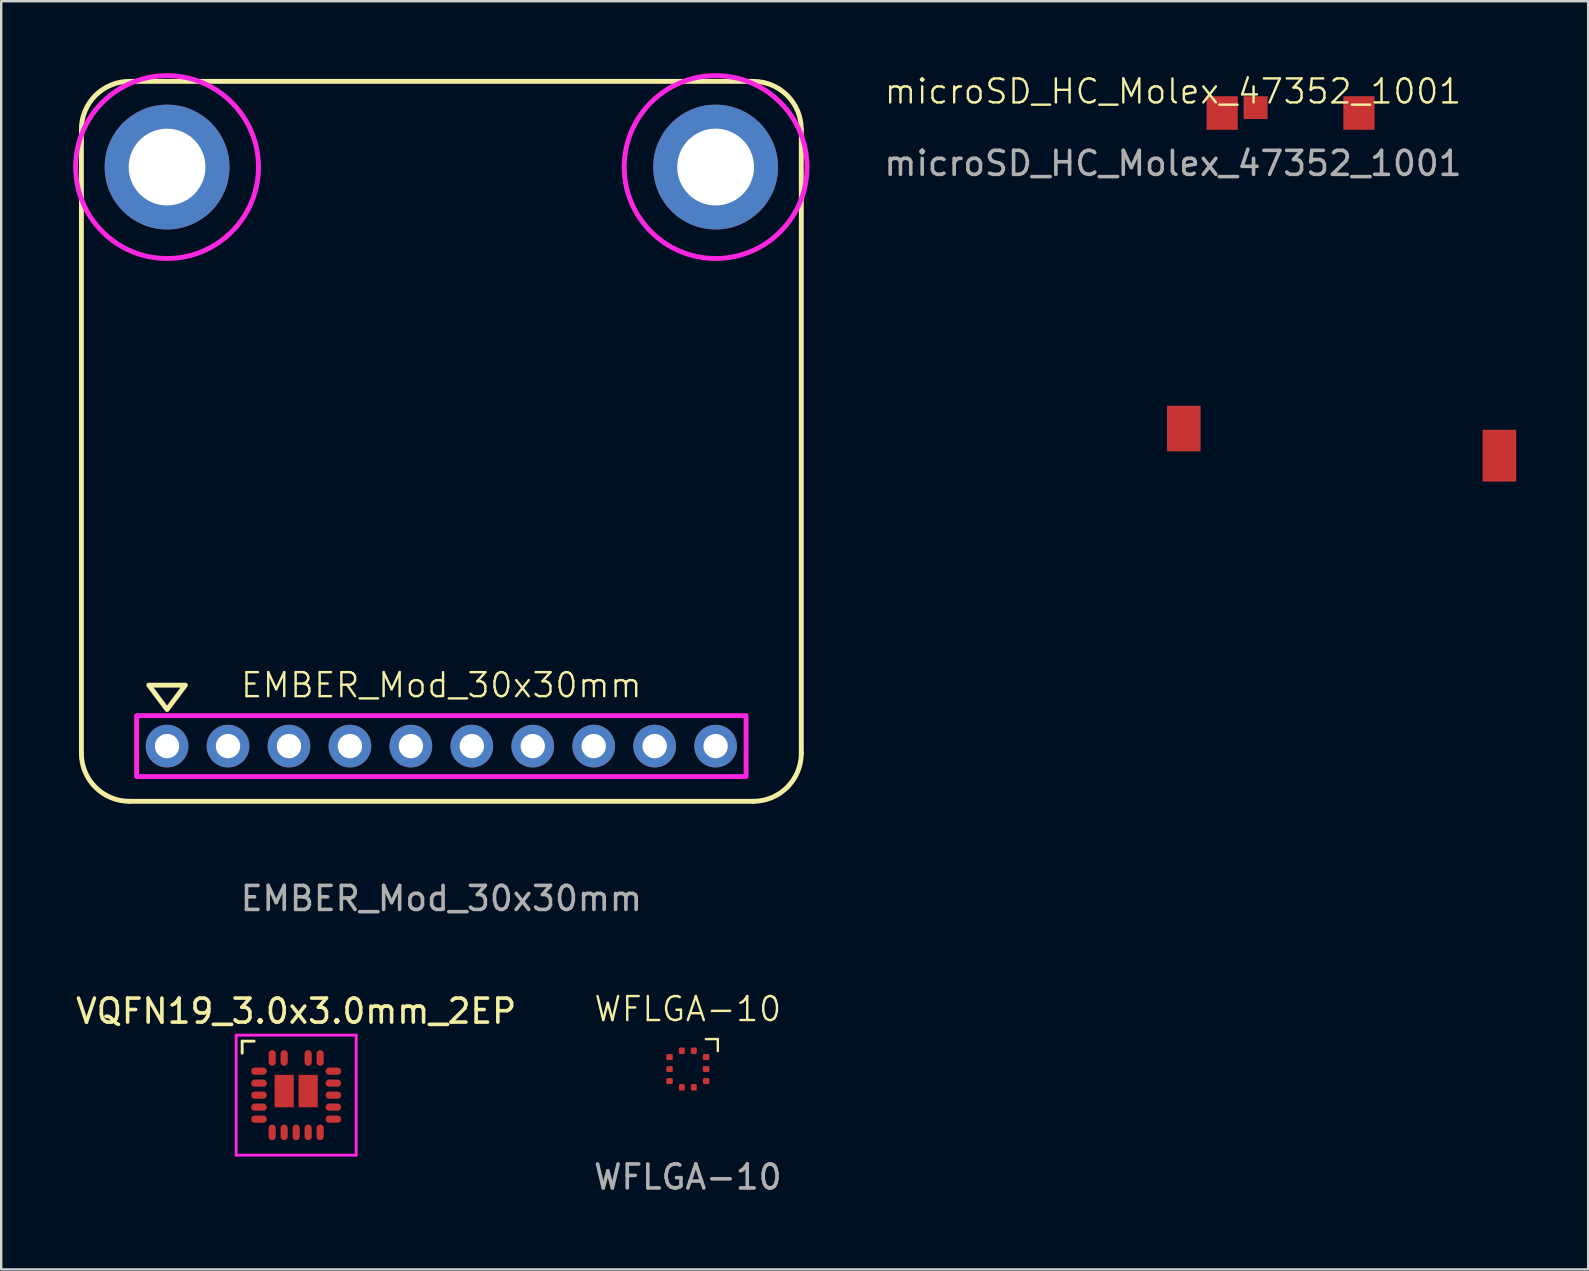
<source format=kicad_pcb>
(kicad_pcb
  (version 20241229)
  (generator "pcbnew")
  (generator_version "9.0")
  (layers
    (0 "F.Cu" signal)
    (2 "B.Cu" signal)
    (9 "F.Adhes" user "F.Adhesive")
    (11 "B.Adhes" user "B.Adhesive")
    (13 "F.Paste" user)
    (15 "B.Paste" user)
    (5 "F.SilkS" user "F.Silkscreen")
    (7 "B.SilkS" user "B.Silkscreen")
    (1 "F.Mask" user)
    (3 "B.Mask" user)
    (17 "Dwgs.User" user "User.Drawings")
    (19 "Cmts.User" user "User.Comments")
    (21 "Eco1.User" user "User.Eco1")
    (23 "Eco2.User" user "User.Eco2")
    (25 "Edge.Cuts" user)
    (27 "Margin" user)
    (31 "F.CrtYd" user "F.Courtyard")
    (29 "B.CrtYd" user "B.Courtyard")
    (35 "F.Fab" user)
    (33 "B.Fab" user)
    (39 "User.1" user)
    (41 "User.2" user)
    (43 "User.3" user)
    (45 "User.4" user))
  (footprint "microSD_HC_Molex_47352_1001"
    (layer "F.Cu")
    (at 45.832 1.26)
    (property "Reference" "microSD_HC_Molex_47352_1001" (at 0 -0.5 0) (unlocked yes) (layer "F.SilkS") (effects (font (size 1 1) (thickness 0.1))))
    (attr smd)
    (fp_poly (pts (xy 0 0) (xy 14 0) (xy 14 14.2) (xy 14 15.2) (xy 11.5 15.2) (xy 11.5 14.2) (xy 0 14.2)) (stroke (width 0.1) (type solid)) (fill no) (layer "Eco1.User"))
    (fp_text user "${REFERENCE}" (at 0 2.5 0) (unlocked yes) (layer "F.Fab") (effects (font (size 1 1) (thickness 0.15))))
    (pad "9" smd rect (at 3.44 0.175) (size 1 0.95) (layers "F.Cu" "F.Mask" "F.Paste"))
    (pad "10" smd rect (at 0.45 13.55) (size 1.4 1.9) (layers "F.Cu" "F.Mask" "F.Paste"))
    (pad "10" smd rect (at 2.05 0.4) (size 1.3 1.4) (layers "F.Cu" "F.Mask" "F.Paste"))
    (pad "10" smd rect (at 7.75 0.4) (size 1.3 1.4) (layers "F.Cu" "F.Mask" "F.Paste"))
    (pad "10" smd rect (at 13.6 14.68) (size 1.4 2.16) (layers "F.Cu" "F.Mask" "F.Paste")))
  (footprint "VQFN19_3.0x3.0mm_2EP"
    (layer "F.Cu")
    (at 9.292 42.588)
    (property "Reference" "VQFN19_3.0x3.0mm_2EP" (at 0 -3.5 0) (layer "F.SilkS") (effects (font (size 1 1) (thickness 0.15))))
    (attr smd)
    (fp_line (start -2.25 -2.25) (end -2.25 -1.75) (stroke (width 0.12) (type solid)) (layer "F.SilkS"))
    (fp_line (start -1.75 -2.25) (end -2.25 -2.25) (stroke (width 0.12) (type solid)) (layer "F.SilkS"))
    (fp_line (start -2.5 -2.5) (end 2.5 -2.5) (stroke (width 0.12) (type solid)) (layer "F.CrtYd"))
    (fp_line (start -2.5 2.5) (end -2.5 -2.5) (stroke (width 0.12) (type solid)) (layer "F.CrtYd"))
    (fp_line (start 2.5 -2.5) (end 2.5 2.5) (stroke (width 0.12) (type solid)) (layer "F.CrtYd"))
    (fp_line (start 2.5 2.5) (end -2.5 2.5) (stroke (width 0.12) (type solid)) (layer "F.CrtYd"))
    (fp_rect (start -1.5 -1.5) (end 1.5 1.5) (stroke (width 0.1) (type default)) (fill no) (layer "User.1"))
    (pad "1" smd oval (at -1.55 -1 90) (size 0.3 0.65) (layers "F.Cu" "F.Mask" "F.Paste"))
    (pad "2" smd oval (at -1.55 -0.5 90) (size 0.3 0.65) (layers "F.Cu" "F.Mask" "F.Paste"))
    (pad "3" smd oval (at -1.55 0 90) (size 0.3 0.65) (layers "F.Cu" "F.Mask" "F.Paste"))
    (pad "4" smd oval (at -1.55 0.5 90) (size 0.3 0.65) (layers "F.Cu" "F.Mask" "F.Paste"))
    (pad "5" smd oval (at -1.55 1 90) (size 0.3 0.65) (layers "F.Cu" "F.Mask" "F.Paste"))
    (pad "6" smd oval (at -1 1.55 180) (size 0.3 0.65) (layers "F.Cu" "F.Mask" "F.Paste"))
    (pad "7" smd oval (at -0.5 1.55 180) (size 0.3 0.65) (layers "F.Cu" "F.Mask" "F.Paste"))
    (pad "8" smd oval (at 0 1.55 180) (size 0.3 0.65) (layers "F.Cu" "F.Mask" "F.Paste"))
    (pad "9" smd oval (at 0.5 1.55 180) (size 0.3 0.65) (layers "F.Cu" "F.Mask" "F.Paste"))
    (pad "10" smd oval (at 1 1.55 180) (size 0.3 0.65) (layers "F.Cu" "F.Mask" "F.Paste"))
    (pad "11" smd oval (at 1.55 1 270) (size 0.3 0.65) (layers "F.Cu" "F.Mask" "F.Paste"))
    (pad "12" smd oval (at 1.55 0.5 270) (size 0.3 0.65) (layers "F.Cu" "F.Mask" "F.Paste"))
    (pad "13" smd oval (at 1.55 0 270) (size 0.3 0.65) (layers "F.Cu" "F.Mask" "F.Paste"))
    (pad "14" smd oval (at 1.55 -0.5 270) (size 0.3 0.65) (layers "F.Cu" "F.Mask" "F.Paste"))
    (pad "15" smd oval (at 1.55 -1 270) (size 0.3 0.65) (layers "F.Cu" "F.Mask" "F.Paste"))
    (pad "16" smd oval (at 1 -1.55) (size 0.3 0.65) (layers "F.Cu" "F.Mask" "F.Paste"))
    (pad "17" smd oval (at 0.5 -1.55) (size 0.3 0.65) (layers "F.Cu" "F.Mask" "F.Paste"))
    (pad "19" smd oval (at -0.5 -1.55) (size 0.3 0.65) (layers "F.Cu" "F.Mask" "F.Paste"))
    (pad "20" smd oval (at -1 -1.55) (size 0.3 0.65) (layers "F.Cu" "F.Mask" "F.Paste"))
    (pad "21" smd rect (at 0.5 -0.17) (size 0.8 1.35) (layers "F.Cu" "F.Mask" "F.Paste"))
    (pad "22" smd rect (at -0.5 -0.17) (size 0.8 1.35) (layers "F.Cu" "F.Mask" "F.Paste")))
  (footprint "WFLGA-10"
    (layer "F.Cu")
    (at 25.613 41.5)
    (property "Reference" "WFLGA-10" (at 0 -2.5 0) (unlocked yes) (layer "F.SilkS") (effects (font (size 1 1) (thickness 0.1))))
    (attr smd)
    (fp_line (start 0.75 -1.25) (end 1.25 -1.25) (stroke (width 0.1) (type default)) (layer "F.SilkS"))
    (fp_line (start 1.25 -1.25) (end 1.25 -0.75) (stroke (width 0.1) (type default)) (layer "F.SilkS"))
    (fp_rect (start -1.5 -1.5) (end 1.5 1.5) (stroke (width 0.1) (type default)) (fill no) (layer "Margin"))
    (fp_rect (start 1 -1) (end -1 1) (stroke (width 0.1) (type default)) (fill no) (layer "User.1"))
    (fp_text user "${REFERENCE}" (at 0 4.5 0) (unlocked yes) (layer "F.Fab") (effects (font (size 1 1) (thickness 0.15))))
    (pad "1" smd roundrect (at 0.25 -0.762) (size 0.25 0.275) (layers "F.Cu" "F.Mask" "F.Paste") (roundrect_rratio 0.25))
    (pad "2" smd roundrect (at -0.25 -0.762) (size 0.25 0.275) (layers "F.Cu" "F.Mask" "F.Paste") (roundrect_rratio 0.25))
    (pad "3" smd roundrect (at -0.762 -0.5) (size 0.275 0.25) (layers "F.Cu" "F.Mask" "F.Paste") (roundrect_rratio 0.25))
    (pad "4" smd roundrect (at -0.762 0) (size 0.275 0.25) (layers "F.Cu" "F.Mask" "F.Paste") (roundrect_rratio 0.25))
    (pad "5" smd roundrect (at -0.762 0.5) (size 0.275 0.25) (layers "F.Cu" "F.Mask" "F.Paste") (roundrect_rratio 0.25))
    (pad "6" smd roundrect (at -0.25 0.762) (size 0.25 0.275) (layers "F.Cu" "F.Mask" "F.Paste") (roundrect_rratio 0.25))
    (pad "7" smd roundrect (at 0.25 0.762) (size 0.25 0.275) (layers "F.Cu" "F.Mask" "F.Paste") (roundrect_rratio 0.25))
    (pad "8" smd roundrect (at 0.762 0.5) (size 0.275 0.25) (layers "F.Cu" "F.Mask" "F.Paste") (roundrect_rratio 0.25))
    (pad "9" smd roundrect (at 0.762 0) (size 0.275 0.25) (layers "F.Cu" "F.Mask" "F.Paste") (roundrect_rratio 0.25))
    (pad "10" smd roundrect (at 0.762 -0.5) (size 0.275 0.25) (layers "F.Cu" "F.Mask" "F.Paste") (roundrect_rratio 0.25)))
  (footprint "EMBER_Mod_30x30mm"
    (layer "F.Cu")
    (at 15.342 15.342)
    (property "Reference" "EMBER_Mod_30x30mm" (at 0 10.16 0) (unlocked yes) (layer "F.SilkS") (effects (font (size 1 1) (thickness 0.1))))
    (attr through_hole)
    (fp_line (start -15 13) (end -15 -13) (stroke (width 0.203) (type default)) (layer "F.SilkS"))
    (fp_line (start -13 -15) (end 13 -15) (stroke (width 0.203) (type default)) (layer "F.SilkS"))
    (fp_line (start 13 15) (end -13 15) (stroke (width 0.203) (type default)) (layer "F.SilkS"))
    (fp_line (start 15 -13) (end 15 13) (stroke (width 0.203) (type default)) (layer "F.SilkS"))
    (fp_arc (start -15 -13) (mid -14.414214 -14.414214) (end -13 -15) (stroke (width 0.2032) (type default)) (layer "F.SilkS"))
    (fp_arc (start -13 15) (mid -14.414214 14.414214) (end -15 13) (stroke (width 0.2032) (type default)) (layer "F.SilkS"))
    (fp_arc (start 13 -15) (mid 14.414214 -14.414214) (end 15 -13) (stroke (width 0.2032) (type default)) (layer "F.SilkS"))
    (fp_arc (start 15 13) (mid 14.414214 14.414214) (end 13 15) (stroke (width 0.2032) (type default)) (layer "F.SilkS"))
    (fp_poly (pts (xy -11.43 11.176) (xy -12.192 10.16) (xy -10.668 10.16)) (stroke (width 0.203) (type solid)) (fill no) (layer "F.SilkS"))
    (fp_rect (start -12.7 11.43) (end 12.7 13.97) (stroke (width 0.203) (type default)) (fill no) (layer "F.CrtYd"))
    (fp_circle (center -11.43 -11.43) (end -7.62 -11.43) (stroke (width 0.203) (type default)) (fill no) (layer "F.CrtYd"))
    (fp_circle (center 11.43 -11.43) (end 15.24 -11.43) (stroke (width 0.203) (type default)) (fill no) (layer "F.CrtYd"))
    (fp_text user "${REFERENCE}" (at 0 19.05 0) (unlocked yes) (layer "F.Fab") (effects (font (size 1 1) (thickness 0.15))))
    (pad "1" thru_hole circle (at -11.43 12.7 90) (size 1.778 1.778) (drill 1.016) (layers "*.Cu" "*.Mask"))
    (pad "2" thru_hole circle (at -8.89 12.7 90) (size 1.778 1.778) (drill 1.016) (layers "*.Cu" "*.Mask"))
    (pad "3" thru_hole circle (at -6.35 12.7 90) (size 1.778 1.778) (drill 1.016) (layers "*.Cu" "*.Mask"))
    (pad "4" thru_hole circle (at -3.81 12.7 90) (size 1.778 1.778) (drill 1.016) (layers "*.Cu" "*.Mask"))
    (pad "5" thru_hole circle (at -1.27 12.7 90) (size 1.778 1.778) (drill 1.016) (layers "*.Cu" "*.Mask"))
    (pad "6" thru_hole circle (at 1.27 12.7 90) (size 1.778 1.778) (drill 1.016) (layers "*.Cu" "*.Mask"))
    (pad "7" thru_hole circle (at 3.81 12.7 90) (size 1.778 1.778) (drill 1.016) (layers "*.Cu" "*.Mask"))
    (pad "8" thru_hole circle (at 6.35 12.7 90) (size 1.778 1.778) (drill 1.016) (layers "*.Cu" "*.Mask"))
    (pad "9" thru_hole circle (at 8.89 12.7 90) (size 1.778 1.778) (drill 1.016) (layers "*.Cu" "*.Mask"))
    (pad "10" thru_hole circle (at 11.43 12.7 90) (size 1.778 1.778) (drill 1.016) (layers "*.Cu" "*.Mask"))
    (pad "MD" thru_hole circle (at -11.43 -11.43) (size 5.2 5.2) (drill 3.2) (layers "*.Cu" "*.Mask"))
    (pad "MD" thru_hole circle (at 11.43 -11.43) (size 5.2 5.2) (drill 3.2) (layers "*.Cu" "*.Mask")))
  (gr_rect
    (start -3 -3)
    (end 63.132 49.849)
    (stroke (width 0.1) (type default))
    (fill no)
    (layer "Edge.Cuts")))
</source>
